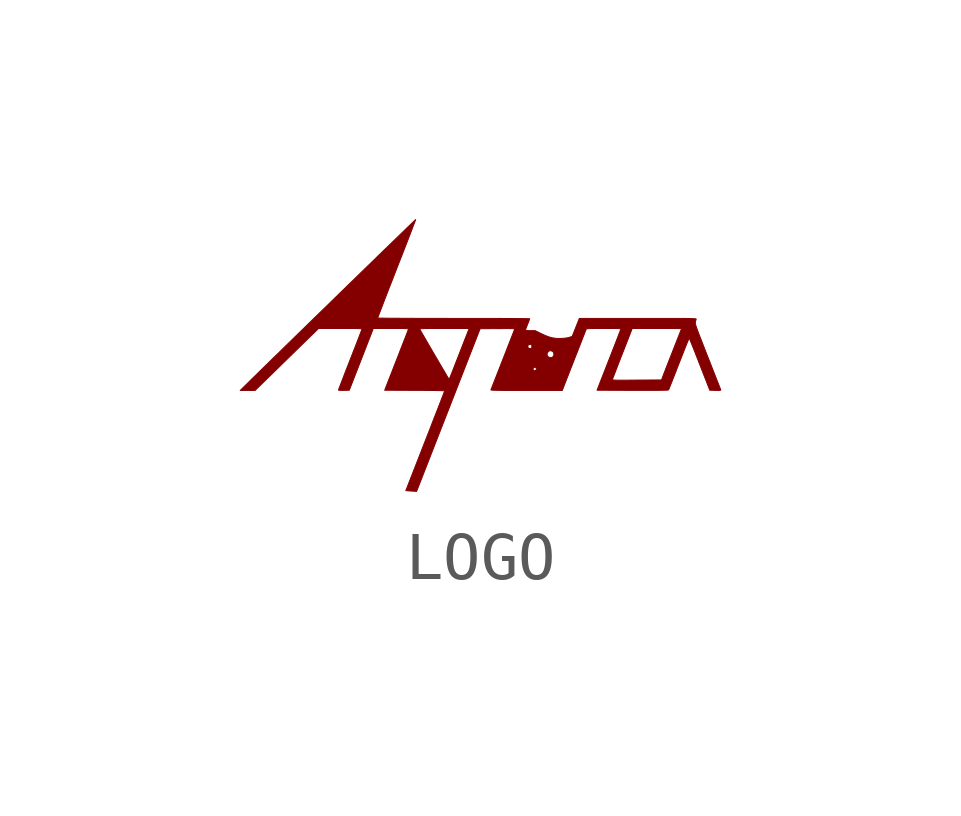
<source format=kicad_sym>
(kicad_symbol_lib
  (version 20220914)
  (generator "bitmap2component")
  (generator_version "9.0")
  (symbol "LOGO"
    (pin_names
      (offset 1.016))
    (property "Reference" "#G"
      (at 0 6.868 0)
      (effects (font (size 1.27 1.27)) hide))
    (symbol "LOGO_0_0"
      (polyline (pts (xy -0.543 -1.188) (xy 0.118 0.505) (xy 0.48 0.508) (xy 0.485 0.508) (xy 0.582 0.508) (xy 0.661 0.509) (xy 0.723 0.508) (xy 0.769 0.507) (xy 0.803 0.506) (xy 0.824 0.504) (xy 0.835 0.501) (xy 0.838 0.498) (xy 0.834 0.489) (xy 0.824 0.463) (xy 0.808 0.422) (xy 0.787 0.367) (xy 0.761 0.302) (xy 0.732 0.227) (xy 0.699 0.144) (xy 0.696 0.136) (xy 1.11 0.136) (xy 1.116 0.158) (xy 1.135 0.175) (xy 1.167 0.178) (xy 1.17 0.178) (xy 1.187 0.173) (xy 1.194 0.161) (xy 1.195 0.135) (xy 1.195 0.129) (xy 1.193 0.106) (xy 1.185 0.096) (xy 1.165 0.092) (xy 1.14 0.094) (xy 1.118 0.108) (xy 1.11 0.136) (xy 0.696 0.136) (xy 0.665 0.056) (xy 0.629 -0.037) (xy 0.628 -0.039) (xy 1.511 -0.039) (xy 1.515 -0.006) (xy 1.536 0.027) (xy 1.546 0.036) (xy 1.568 0.047) (xy 1.594 0.046) (xy 1.628 0.034) (xy 1.648 0.01) (xy 1.655 -0.026) (xy 1.65 -0.057) (xy 1.631 -0.081) (xy 1.607 -0.096) (xy 1.572 -0.097) (xy 1.537 -0.079) (xy 1.526 -0.069) (xy 1.511 -0.039) (xy 0.628 -0.039) (xy 0.592 -0.131) (xy 0.555 -0.225) (xy 0.519 -0.318) (xy 0.513 -0.334) (xy 1.22 -0.334) (xy 1.226 -0.314) (xy 1.245 -0.298) (xy 1.272 -0.298) (xy 1.276 -0.299) (xy 1.287 -0.31) (xy 1.288 -0.334) (xy 1.287 -0.344) (xy 1.279 -0.361) (xy 1.26 -0.368) (xy 1.24 -0.368) (xy 1.225 -0.358) (xy 1.22 -0.334) (xy 0.513 -0.334) (xy 0.484 -0.406) (xy 0.452 -0.489) (xy 0.422 -0.565) (xy 0.396 -0.632) (xy 0.374 -0.687) (xy 0.358 -0.73) (xy 0.347 -0.757) (xy 0.343 -0.768) (xy 0.343 -0.769) (xy 0.35 -0.771) (xy 0.365 -0.773) (xy 0.391 -0.775) (xy 0.427 -0.776) (xy 0.475 -0.777) (xy 0.537 -0.778) (xy 0.613 -0.779) (xy 0.705 -0.78) (xy 0.813 -0.78) (xy 0.939 -0.78) (xy 1.083 -0.78) (xy 1.829 -0.78) (xy 1.849 -0.728) (xy 1.853 -0.717) (xy 1.864 -0.688) (xy 1.881 -0.644) (xy 1.904 -0.587) (xy 1.93 -0.519) (xy 1.961 -0.441) (xy 1.994 -0.356) (xy 2.029 -0.267) (xy 2.065 -0.174) (xy 2.102 -0.079) (xy 2.139 0.014) (xy 2.174 0.105) (xy 2.208 0.191) (xy 2.239 0.27) (xy 2.266 0.341) (xy 2.29 0.401) (xy 2.309 0.449) (xy 2.321 0.481) (xy 2.328 0.498) (xy 2.331 0.5) (xy 2.343 0.503) (xy 2.365 0.506) (xy 2.4 0.507) (xy 2.449 0.509) (xy 2.513 0.51) (xy 2.594 0.51) (xy 2.693 0.51) (xy 2.765 0.51) (xy 2.846 0.51) (xy 2.91 0.51) (xy 2.959 0.509) (xy 2.995 0.508) (xy 3.02 0.506) (xy 3.036 0.504) (xy 3.044 0.501) (xy 3.047 0.497) (xy 3.047 0.493) (xy 3.046 0.489) (xy 3.038 0.469) (xy 3.023 0.432) (xy 3.003 0.38) (xy 2.978 0.315) (xy 2.949 0.239) (xy 2.915 0.153) (xy 2.878 0.058) (xy 2.839 -0.043) (xy 2.797 -0.15) (xy 2.639 -0.553) (xy 2.874 -0.553) (xy 2.874 -0.549) (xy 2.876 -0.543) (xy 2.885 -0.519) (xy 2.9 -0.48) (xy 2.921 -0.426) (xy 2.946 -0.361) (xy 2.975 -0.284) (xy 3.008 -0.199) (xy 3.044 -0.107) (xy 3.082 -0.01) (xy 3.285 0.51) (xy 3.798 0.51) (xy 3.831 0.51) (xy 3.928 0.51) (xy 4.019 0.51) (xy 4.101 0.51) (xy 4.171 0.509) (xy 4.23 0.509) (xy 4.274 0.509) (xy 4.302 0.508) (xy 4.312 0.508) (xy 4.312 0.508) (xy 4.308 0.497) (xy 4.297 0.47) (xy 4.281 0.429) (xy 4.261 0.377) (xy 4.237 0.317) (xy 4.211 0.25) (xy 4.195 0.21) (xy 4.15 0.095) (xy 4.107 -0.015) (xy 4.066 -0.118) (xy 4.029 -0.213) (xy 3.995 -0.299) (xy 3.967 -0.373) (xy 3.943 -0.434) (xy 3.926 -0.479) (xy 3.915 -0.508) (xy 3.896 -0.561) (xy 3.383 -0.564) (xy 3.38 -0.564) (xy 3.266 -0.565) (xy 3.17 -0.566) (xy 3.091 -0.566) (xy 3.028 -0.566) (xy 2.978 -0.566) (xy 2.94 -0.565) (xy 2.912 -0.564) (xy 2.893 -0.562) (xy 2.882 -0.56) (xy 2.876 -0.557) (xy 2.874 -0.553) (xy 2.639 -0.553) (xy 2.553 -0.775) (xy 3.294 -0.778) (xy 3.426 -0.778) (xy 3.562 -0.778) (xy 3.679 -0.778) (xy 3.779 -0.778) (xy 3.861 -0.777) (xy 3.927 -0.776) (xy 3.977 -0.775) (xy 4.013 -0.773) (xy 4.034 -0.771) (xy 4.042 -0.769) (xy 4.045 -0.762) (xy 4.055 -0.738) (xy 4.071 -0.698) (xy 4.093 -0.644) (xy 4.119 -0.578) (xy 4.149 -0.501) (xy 4.183 -0.415) (xy 4.219 -0.322) (xy 4.257 -0.224) (xy 4.288 -0.146) (xy 4.325 -0.052) (xy 4.359 0.034) (xy 4.389 0.111) (xy 4.416 0.179) (xy 4.439 0.234) (xy 4.456 0.275) (xy 4.467 0.301) (xy 4.471 0.31) (xy 4.475 0.303) (xy 4.485 0.28) (xy 4.501 0.24) (xy 4.523 0.187) (xy 4.549 0.121) (xy 4.58 0.045) (xy 4.613 -0.041) (xy 4.65 -0.134) (xy 4.688 -0.233) (xy 4.9 -0.775) (xy 5.017 -0.778) (xy 5.047 -0.779) (xy 5.089 -0.779) (xy 5.115 -0.777) (xy 5.127 -0.774) (xy 5.129 -0.768) (xy 5.125 -0.759) (xy 5.115 -0.732) (xy 5.098 -0.689) (xy 5.076 -0.632) (xy 5.048 -0.563) (xy 5.017 -0.482) (xy 4.981 -0.391) (xy 4.942 -0.292) (xy 4.901 -0.186) (xy 4.857 -0.075) (xy 4.846 -0.048) (xy 4.797 0.077) (xy 4.755 0.186) (xy 4.719 0.279) (xy 4.688 0.357) (xy 4.663 0.423) (xy 4.643 0.476) (xy 4.628 0.52) (xy 4.616 0.554) (xy 4.607 0.581) (xy 4.602 0.601) (xy 4.599 0.616) (xy 4.598 0.628) (xy 4.599 0.637) (xy 4.6 0.645) (xy 4.602 0.652) (xy 4.61 0.682) (xy 4.617 0.703) (xy 4.617 0.703) (xy 4.617 0.706) (xy 4.615 0.708) (xy 4.609 0.71) (xy 4.599 0.712) (xy 4.583 0.714) (xy 4.561 0.715) (xy 4.53 0.716) (xy 4.492 0.717) (xy 4.444 0.718) (xy 4.385 0.719) (xy 4.314 0.719) (xy 4.231 0.72) (xy 4.133 0.72) (xy 4.021 0.72) (xy 3.893 0.72) (xy 3.748 0.72) (xy 3.586 0.72) (xy 3.404 0.72) (xy 2.184 0.72) (xy 2.11 0.533) (xy 2.036 0.347) (xy 1.981 0.327) (xy 1.951 0.319) (xy 1.89 0.309) (xy 1.811 0.303) (xy 1.782 0.302) (xy 1.703 0.304) (xy 1.63 0.314) (xy 1.557 0.333) (xy 1.479 0.362) (xy 1.391 0.403) (xy 1.265 0.465) (xy 1.163 0.465) (xy 1.131 0.465) (xy 1.095 0.467) (xy 1.07 0.47) (xy 1.06 0.473) (xy 1.064 0.485) (xy 1.074 0.511) (xy 1.088 0.548) (xy 1.105 0.593) (xy 1.105 0.593) (xy 1.123 0.637) (xy 1.137 0.674) (xy 1.147 0.701) (xy 1.15 0.712) (xy 1.147 0.713) (xy 1.125 0.714) (xy 1.086 0.715) (xy 1.029 0.716) (xy 0.956 0.716) (xy 0.868 0.717) (xy 0.765 0.718) (xy 0.65 0.718) (xy 0.523 0.719) (xy 0.385 0.719) (xy 0.237 0.72) (xy 0.081 0.72) (xy -0.083 0.72) (xy -0.254 0.72) (xy -0.43 0.72) (xy -0.536 0.72) (xy -0.709 0.721) (xy -0.876 0.721) (xy -1.036 0.721) (xy -1.187 0.721) (xy -1.329 0.722) (xy -1.461 0.722) (xy -1.581 0.723) (xy -1.689 0.723) (xy -1.784 0.724) (xy -1.863 0.725) (xy -1.927 0.726) (xy -1.974 0.726) (xy -2.003 0.727) (xy -2.014 0.728) (xy -2.014 0.728) (xy -2.01 0.741) (xy -1.999 0.771) (xy -1.982 0.817) (xy -1.958 0.878) (xy -1.93 0.952) (xy -1.897 1.039) (xy -1.859 1.138) (xy -1.817 1.246) (xy -1.772 1.363) (xy -1.723 1.487) (xy -1.672 1.619) (xy -1.619 1.755) (xy -1.611 1.776) (xy -1.558 1.911) (xy -1.507 2.041) (xy -1.459 2.164) (xy -1.414 2.28) (xy -1.373 2.386) (xy -1.336 2.483) (xy -1.303 2.568) (xy -1.276 2.64) (xy -1.253 2.698) (xy -1.237 2.741) (xy -1.227 2.768) (xy -1.224 2.778) (xy -1.225 2.777) (xy -1.238 2.765) (xy -1.264 2.74) (xy -1.303 2.703) (xy -1.353 2.654) (xy -1.415 2.595) (xy -1.487 2.525) (xy -1.568 2.446) (xy -1.658 2.359) (xy -1.757 2.263) (xy -1.862 2.161) (xy -1.975 2.052) (xy -2.093 1.937) (xy -2.216 1.817) (xy -2.344 1.693) (xy -2.475 1.565) (xy -2.61 1.434) (xy -2.746 1.301) (xy -2.884 1.167) (xy -3.022 1.032) (xy -3.161 0.897) (xy -3.299 0.763) (xy -3.435 0.63) (xy -3.569 0.499) (xy -3.7 0.372) (xy -3.827 0.248) (xy -3.95 0.128) (xy -4.067 0.013) (xy -4.179 -0.095) (xy -4.284 -0.198) (xy -4.381 -0.293) (xy -4.47 -0.38) (xy -4.55 -0.459) (xy -4.621 -0.527) (xy -4.681 -0.587) (xy -4.73 -0.635) (xy -4.767 -0.671) (xy -4.877 -0.78) (xy -4.722 -0.78) (xy -4.567 -0.779) (xy -3.907 -0.135) (xy -3.247 0.51) (xy -2.793 0.51) (xy -2.688 0.51) (xy -2.599 0.51) (xy -2.526 0.51) (xy -2.469 0.509) (xy -2.424 0.508) (xy -2.392 0.507) (xy -2.369 0.505) (xy -2.354 0.503) (xy -2.346 0.5) (xy -2.343 0.497) (xy -2.343 0.493) (xy -2.345 0.49) (xy -2.352 0.47) (xy -2.366 0.434) (xy -2.385 0.383) (xy -2.41 0.319) (xy -2.439 0.243) (xy -2.472 0.158) (xy -2.509 0.064) (xy -2.548 -0.037) (xy -2.59 -0.143) (xy -2.608 -0.191) (xy -2.649 -0.294) (xy -2.687 -0.392) (xy -2.721 -0.481) (xy -2.752 -0.562) (xy -2.779 -0.632) (xy -2.801 -0.689) (xy -2.817 -0.732) (xy -2.828 -0.76) (xy -2.831 -0.771) (xy -2.828 -0.774) (xy -2.808 -0.777) (xy -2.771 -0.778) (xy -2.719 -0.778) (xy -2.606 -0.775) (xy -2.356 -0.133) (xy -2.106 0.51) (xy -1.738 0.51) (xy -1.654 0.51) (xy -1.574 0.51) (xy -1.511 0.51) (xy -1.462 0.509) (xy -1.426 0.508) (xy -1.402 0.506) (xy -1.386 0.504) (xy -1.377 0.501) (xy -1.374 0.497) (xy -1.375 0.496) (xy -1.137 0.496) (xy -1.135 0.499) (xy -1.13 0.502) (xy -1.118 0.504) (xy -1.099 0.506) (xy -1.071 0.507) (xy -1.033 0.509) (xy -0.982 0.509) (xy -0.918 0.51) (xy -0.838 0.51) (xy -0.742 0.51) (xy -0.627 0.51) (xy -0.11 0.51) (xy -0.129 0.463) (xy -0.13 0.46) (xy -0.139 0.437) (xy -0.154 0.398) (xy -0.175 0.345) (xy -0.201 0.28) (xy -0.23 0.204) (xy -0.263 0.12) (xy -0.298 0.03) (xy -0.335 -0.065) (xy -0.347 -0.096) (xy -0.383 -0.187) (xy -0.416 -0.272) (xy -0.446 -0.349) (xy -0.472 -0.415) (xy -0.494 -0.47) (xy -0.511 -0.512) (xy -0.521 -0.538) (xy -0.525 -0.548) (xy -0.525 -0.548) (xy -0.526 -0.549) (xy -0.527 -0.548) (xy -0.53 -0.546) (xy -0.534 -0.539) (xy -0.541 -0.528) (xy -0.552 -0.511) (xy -0.567 -0.486) (xy -0.586 -0.453) (xy -0.611 -0.41) (xy -0.643 -0.356) (xy -0.682 -0.29) (xy -0.729 -0.21) (xy -0.784 -0.115) (xy -0.849 -0.005) (xy -0.882 0.053) (xy -0.933 0.14) (xy -0.98 0.221) (xy -1.023 0.295) (xy -1.06 0.359) (xy -1.091 0.413) (xy -1.115 0.454) (xy -1.13 0.481) (xy -1.136 0.493) (xy -1.137 0.496) (xy -1.375 0.496) (xy -1.375 0.493) (xy -1.376 0.489) (xy -1.384 0.469) (xy -1.398 0.432) (xy -1.418 0.38) (xy -1.443 0.315) (xy -1.473 0.239) (xy -1.507 0.153) (xy -1.544 0.058) (xy -1.583 -0.043) (xy -1.625 -0.15) (xy -1.869 -0.775) (xy -1.245 -0.778) (xy -1.225 -0.778) (xy -1.116 -0.778) (xy -1.014 -0.779) (xy -0.919 -0.78) (xy -0.835 -0.781) (xy -0.762 -0.782) (xy -0.703 -0.784) (xy -0.658 -0.785) (xy -0.63 -0.786) (xy -0.62 -0.788) (xy -0.621 -0.789) (xy -0.626 -0.803) (xy -0.638 -0.835) (xy -0.656 -0.882) (xy -0.68 -0.944) (xy -0.709 -1.02) (xy -0.743 -1.108) (xy -0.782 -1.208) (xy -0.825 -1.317) (xy -0.871 -1.435) (xy -0.919 -1.561) (xy -0.971 -1.693) (xy -1.025 -1.831) (xy -1.429 -2.866) (xy -1.352 -2.872) (xy -1.35 -2.872) (xy -1.307 -2.875) (xy -1.268 -2.877) (xy -1.24 -2.879) (xy -1.204 -2.881) (xy -0.543 -1.188)) (stroke (width 0.01) (type default)) (fill (type outline))))))
</source>
